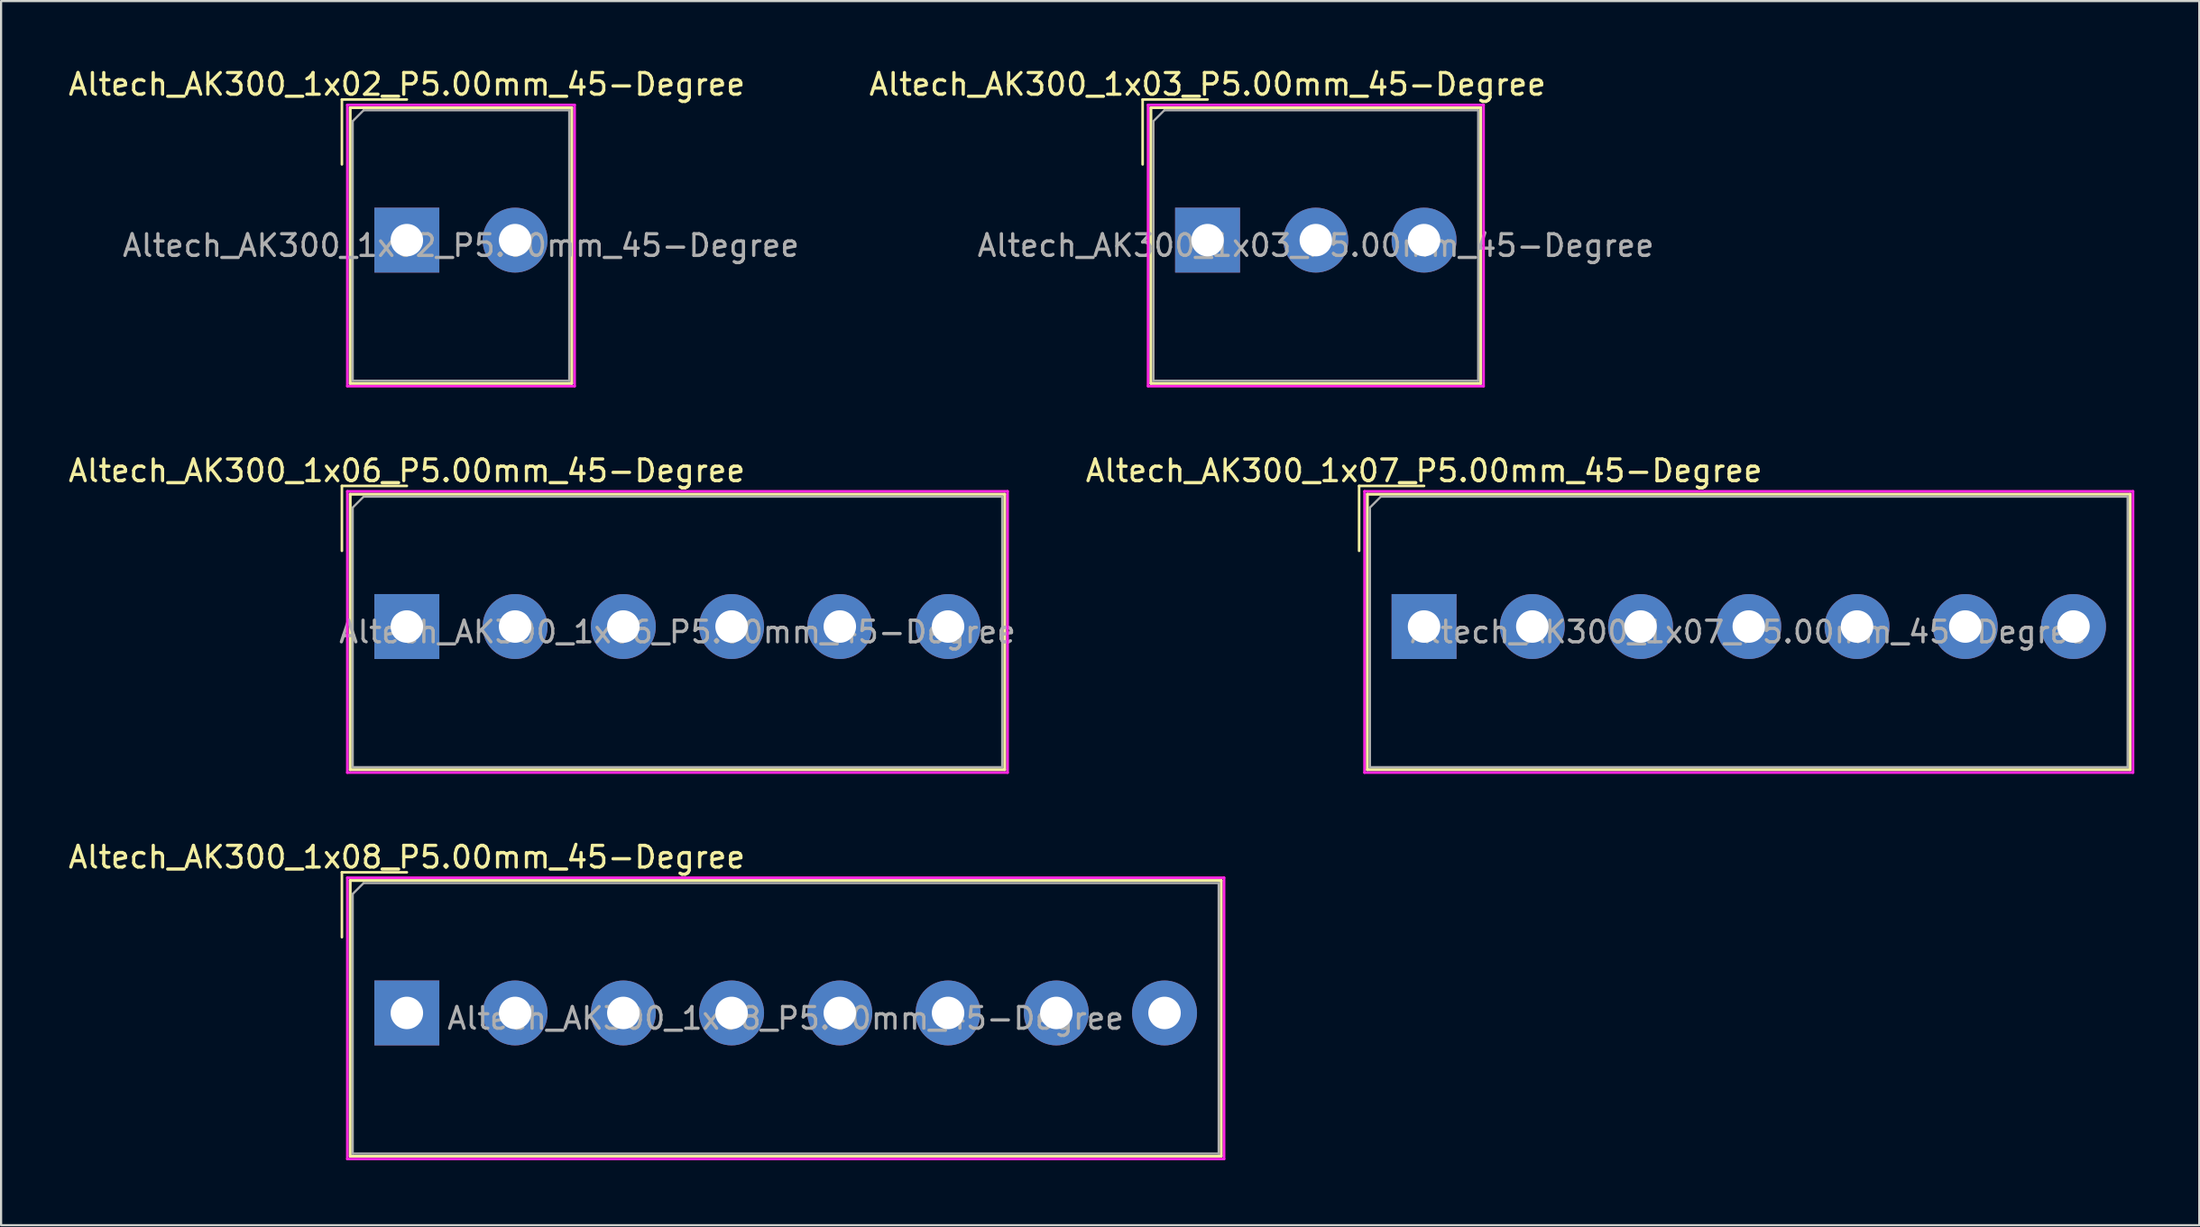
<source format=kicad_pcb>
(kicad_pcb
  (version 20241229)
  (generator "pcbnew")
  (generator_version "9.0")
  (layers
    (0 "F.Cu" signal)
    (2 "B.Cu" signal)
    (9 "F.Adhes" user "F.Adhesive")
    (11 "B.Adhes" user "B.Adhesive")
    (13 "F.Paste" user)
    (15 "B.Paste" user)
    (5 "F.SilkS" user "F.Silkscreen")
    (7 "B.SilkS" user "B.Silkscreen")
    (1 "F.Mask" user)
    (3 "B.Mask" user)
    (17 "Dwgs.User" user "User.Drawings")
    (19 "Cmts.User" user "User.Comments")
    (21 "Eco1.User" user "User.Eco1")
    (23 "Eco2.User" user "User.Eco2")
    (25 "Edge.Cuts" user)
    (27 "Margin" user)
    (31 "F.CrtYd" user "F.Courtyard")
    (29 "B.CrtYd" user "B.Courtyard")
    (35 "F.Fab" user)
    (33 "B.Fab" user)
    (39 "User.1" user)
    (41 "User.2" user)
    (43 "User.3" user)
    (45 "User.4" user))
  (footprint "Altech_AK300_1x08_P5.00mm_45-Degree"
    (layer "F.Cu")
    (at 15.744 43.765)
    (property "Reference" "Altech_AK300_1x08_P5.00mm_45-Degree" (at 0 -7.2 0) (layer "F.SilkS") (effects (font (size 1 1) (thickness 0.15))))
    (attr through_hole)
    (fp_line (start -3 -6.5) (end 0 -6.5) (stroke (width 0.12) (type solid)) (layer "F.SilkS"))
    (fp_line (start -3 -3.5) (end -3 -6.5) (stroke (width 0.12) (type solid)) (layer "F.SilkS"))
    (fp_line (start -2.62 -6.12) (end -2.62 6.62) (stroke (width 0.12) (type solid)) (layer "F.SilkS"))
    (fp_line (start -2.62 -6.12) (end -2.62 6.62) (stroke (width 0.12) (type solid)) (layer "F.SilkS"))
    (fp_line (start -2.62 -6.12) (end 37.62 -6.12) (stroke (width 0.12) (type solid)) (layer "F.SilkS"))
    (fp_line (start -2.62 -6.12) (end 37.62 -6.12) (stroke (width 0.12) (type solid)) (layer "F.SilkS"))
    (fp_line (start -2.62 6.62) (end 37.62 6.62) (stroke (width 0.12) (type solid)) (layer "F.SilkS"))
    (fp_line (start -2.62 6.62) (end 37.62 6.62) (stroke (width 0.12) (type solid)) (layer "F.SilkS"))
    (fp_line (start 37.62 -6.12) (end 37.62 6.62) (stroke (width 0.12) (type solid)) (layer "F.SilkS"))
    (fp_line (start 37.62 -6.12) (end 37.62 6.62) (stroke (width 0.12) (type solid)) (layer "F.SilkS"))
    (fp_line (start -2.75 -6.25) (end -2.75 6.75) (stroke (width 0.12) (type solid)) (layer "F.CrtYd"))
    (fp_line (start -2.75 -6.25) (end 37.75 -6.25) (stroke (width 0.12) (type solid)) (layer "F.CrtYd"))
    (fp_line (start -2.75 6.75) (end 37.75 6.75) (stroke (width 0.12) (type solid)) (layer "F.CrtYd"))
    (fp_line (start 37.75 -6.25) (end 37.75 6.75) (stroke (width 0.12) (type solid)) (layer "F.CrtYd"))
    (fp_line (start -2.5 -5.5) (end -2 -6) (stroke (width 0.1) (type solid)) (layer "F.Fab"))
    (fp_line (start -2.5 6.5) (end -2.5 -5.5) (stroke (width 0.1) (type solid)) (layer "F.Fab"))
    (fp_line (start -2 -6) (end 37.5 -6) (stroke (width 0.1) (type solid)) (layer "F.Fab"))
    (fp_line (start 37.5 -6) (end 37.5 6.5) (stroke (width 0.1) (type solid)) (layer "F.Fab"))
    (fp_line (start 37.5 6.5) (end -2.5 6.5) (stroke (width 0.1) (type solid)) (layer "F.Fab"))
    (fp_text user "${REFERENCE}" (at 17.5 0.25 0) (layer "F.Fab") (effects (font (size 1 1) (thickness 0.15))))
    (pad "1" thru_hole rect (at 0 0) (size 3 3) (drill 1.5) (layers "*.Cu" "*.Mask"))
    (pad "2" thru_hole circle (at 5 0) (size 3 3) (drill 1.5) (layers "*.Cu" "*.Mask"))
    (pad "3" thru_hole circle (at 10 0) (size 3 3) (drill 1.5) (layers "*.Cu" "*.Mask"))
    (pad "4" thru_hole circle (at 15 0) (size 3 3) (drill 1.5) (layers "*.Cu" "*.Mask"))
    (pad "5" thru_hole circle (at 20 0) (size 3 3) (drill 1.5) (layers "*.Cu" "*.Mask"))
    (pad "6" thru_hole circle (at 25 0) (size 3 3) (drill 1.5) (layers "*.Cu" "*.Mask"))
    (pad "7" thru_hole circle (at 30 0) (size 3 3) (drill 1.5) (layers "*.Cu" "*.Mask"))
    (pad "8" thru_hole circle (at 35 0) (size 3 3) (drill 1.5) (layers "*.Cu" "*.Mask")))
  (footprint "Altech_AK300_1x02_P5.00mm_45-Degree"
    (layer "F.Cu")
    (at 15.744 8.048)
    (property "Reference" "Altech_AK300_1x02_P5.00mm_45-Degree" (at 0 -7.2 0) (layer "F.SilkS") (effects (font (size 1 1) (thickness 0.15))))
    (attr through_hole)
    (fp_line (start -3 -6.5) (end 0 -6.5) (stroke (width 0.12) (type solid)) (layer "F.SilkS"))
    (fp_line (start -3 -3.5) (end -3 -6.5) (stroke (width 0.12) (type solid)) (layer "F.SilkS"))
    (fp_line (start -2.62 -6.12) (end -2.62 6.62) (stroke (width 0.12) (type solid)) (layer "F.SilkS"))
    (fp_line (start -2.62 -6.12) (end -2.62 6.62) (stroke (width 0.12) (type solid)) (layer "F.SilkS"))
    (fp_line (start -2.62 -6.12) (end 7.62 -6.12) (stroke (width 0.12) (type solid)) (layer "F.SilkS"))
    (fp_line (start -2.62 -6.12) (end 7.62 -6.12) (stroke (width 0.12) (type solid)) (layer "F.SilkS"))
    (fp_line (start -2.62 6.62) (end 7.62 6.62) (stroke (width 0.12) (type solid)) (layer "F.SilkS"))
    (fp_line (start -2.62 6.62) (end 7.62 6.62) (stroke (width 0.12) (type solid)) (layer "F.SilkS"))
    (fp_line (start 7.62 -6.12) (end 7.62 6.62) (stroke (width 0.12) (type solid)) (layer "F.SilkS"))
    (fp_line (start 7.62 -6.12) (end 7.62 6.62) (stroke (width 0.12) (type solid)) (layer "F.SilkS"))
    (fp_line (start -2.75 -6.25) (end -2.75 6.75) (stroke (width 0.12) (type solid)) (layer "F.CrtYd"))
    (fp_line (start -2.75 -6.25) (end 7.75 -6.25) (stroke (width 0.12) (type solid)) (layer "F.CrtYd"))
    (fp_line (start -2.75 6.75) (end 7.75 6.75) (stroke (width 0.12) (type solid)) (layer "F.CrtYd"))
    (fp_line (start 7.75 -6.25) (end 7.75 6.75) (stroke (width 0.12) (type solid)) (layer "F.CrtYd"))
    (fp_line (start -2.5 -5.5) (end -2 -6) (stroke (width 0.1) (type solid)) (layer "F.Fab"))
    (fp_line (start -2.5 6.5) (end -2.5 -5.5) (stroke (width 0.1) (type solid)) (layer "F.Fab"))
    (fp_line (start -2 -6) (end 7.5 -6) (stroke (width 0.1) (type solid)) (layer "F.Fab"))
    (fp_line (start 7.5 -6) (end 7.5 6.5) (stroke (width 0.1) (type solid)) (layer "F.Fab"))
    (fp_line (start 7.5 6.5) (end -2.5 6.5) (stroke (width 0.1) (type solid)) (layer "F.Fab"))
    (fp_text user "${REFERENCE}" (at 2.5 0.25 0) (layer "F.Fab") (effects (font (size 1 1) (thickness 0.15))))
    (pad "1" thru_hole rect (at 0 0) (size 3 3) (drill 1.5) (layers "*.Cu" "*.Mask"))
    (pad "2" thru_hole circle (at 5 0) (size 3 3) (drill 1.5) (layers "*.Cu" "*.Mask")))
  (footprint "Altech_AK300_1x07_P5.00mm_45-Degree"
    (layer "F.Cu")
    (at 62.732 25.907)
    (property "Reference" "Altech_AK300_1x07_P5.00mm_45-Degree" (at 0 -7.2 0) (layer "F.SilkS") (effects (font (size 1 1) (thickness 0.15))))
    (attr through_hole)
    (fp_line (start -3 -6.5) (end 0 -6.5) (stroke (width 0.12) (type solid)) (layer "F.SilkS"))
    (fp_line (start -3 -3.5) (end -3 -6.5) (stroke (width 0.12) (type solid)) (layer "F.SilkS"))
    (fp_line (start -2.62 -6.12) (end -2.62 6.62) (stroke (width 0.12) (type solid)) (layer "F.SilkS"))
    (fp_line (start -2.62 -6.12) (end -2.62 6.62) (stroke (width 0.12) (type solid)) (layer "F.SilkS"))
    (fp_line (start -2.62 -6.12) (end 32.62 -6.12) (stroke (width 0.12) (type solid)) (layer "F.SilkS"))
    (fp_line (start -2.62 -6.12) (end 32.62 -6.12) (stroke (width 0.12) (type solid)) (layer "F.SilkS"))
    (fp_line (start -2.62 6.62) (end 32.62 6.62) (stroke (width 0.12) (type solid)) (layer "F.SilkS"))
    (fp_line (start -2.62 6.62) (end 32.62 6.62) (stroke (width 0.12) (type solid)) (layer "F.SilkS"))
    (fp_line (start 32.62 -6.12) (end 32.62 6.62) (stroke (width 0.12) (type solid)) (layer "F.SilkS"))
    (fp_line (start 32.62 -6.12) (end 32.62 6.62) (stroke (width 0.12) (type solid)) (layer "F.SilkS"))
    (fp_line (start -2.75 -6.25) (end -2.75 6.75) (stroke (width 0.12) (type solid)) (layer "F.CrtYd"))
    (fp_line (start -2.75 -6.25) (end 32.75 -6.25) (stroke (width 0.12) (type solid)) (layer "F.CrtYd"))
    (fp_line (start -2.75 6.75) (end 32.75 6.75) (stroke (width 0.12) (type solid)) (layer "F.CrtYd"))
    (fp_line (start 32.75 -6.25) (end 32.75 6.75) (stroke (width 0.12) (type solid)) (layer "F.CrtYd"))
    (fp_line (start -2.5 -5.5) (end -2 -6) (stroke (width 0.1) (type solid)) (layer "F.Fab"))
    (fp_line (start -2.5 6.5) (end -2.5 -5.5) (stroke (width 0.1) (type solid)) (layer "F.Fab"))
    (fp_line (start -2 -6) (end 32.5 -6) (stroke (width 0.1) (type solid)) (layer "F.Fab"))
    (fp_line (start 32.5 -6) (end 32.5 6.5) (stroke (width 0.1) (type solid)) (layer "F.Fab"))
    (fp_line (start 32.5 6.5) (end -2.5 6.5) (stroke (width 0.1) (type solid)) (layer "F.Fab"))
    (fp_text user "${REFERENCE}" (at 15 0.25 0) (layer "F.Fab") (effects (font (size 1 1) (thickness 0.15))))
    (pad "1" thru_hole rect (at 0 0) (size 3 3) (drill 1.5) (layers "*.Cu" "*.Mask"))
    (pad "2" thru_hole circle (at 5 0) (size 3 3) (drill 1.5) (layers "*.Cu" "*.Mask"))
    (pad "3" thru_hole circle (at 10 0) (size 3 3) (drill 1.5) (layers "*.Cu" "*.Mask"))
    (pad "4" thru_hole circle (at 15 0) (size 3 3) (drill 1.5) (layers "*.Cu" "*.Mask"))
    (pad "5" thru_hole circle (at 20 0) (size 3 3) (drill 1.5) (layers "*.Cu" "*.Mask"))
    (pad "6" thru_hole circle (at 25 0) (size 3 3) (drill 1.5) (layers "*.Cu" "*.Mask"))
    (pad "7" thru_hole circle (at 30 0) (size 3 3) (drill 1.5) (layers "*.Cu" "*.Mask")))
  (footprint "Altech_AK300_1x03_P5.00mm_45-Degree"
    (layer "F.Cu")
    (at 52.732 8.048)
    (property "Reference" "Altech_AK300_1x03_P5.00mm_45-Degree" (at 0 -7.2 0) (layer "F.SilkS") (effects (font (size 1 1) (thickness 0.15))))
    (attr through_hole)
    (fp_line (start -3 -6.5) (end 0 -6.5) (stroke (width 0.12) (type solid)) (layer "F.SilkS"))
    (fp_line (start -3 -3.5) (end -3 -6.5) (stroke (width 0.12) (type solid)) (layer "F.SilkS"))
    (fp_line (start -2.62 -6.12) (end -2.62 6.62) (stroke (width 0.12) (type solid)) (layer "F.SilkS"))
    (fp_line (start -2.62 -6.12) (end -2.62 6.62) (stroke (width 0.12) (type solid)) (layer "F.SilkS"))
    (fp_line (start -2.62 -6.12) (end 12.62 -6.12) (stroke (width 0.12) (type solid)) (layer "F.SilkS"))
    (fp_line (start -2.62 -6.12) (end 12.62 -6.12) (stroke (width 0.12) (type solid)) (layer "F.SilkS"))
    (fp_line (start -2.62 6.62) (end 12.62 6.62) (stroke (width 0.12) (type solid)) (layer "F.SilkS"))
    (fp_line (start -2.62 6.62) (end 12.62 6.62) (stroke (width 0.12) (type solid)) (layer "F.SilkS"))
    (fp_line (start 12.62 -6.12) (end 12.62 6.62) (stroke (width 0.12) (type solid)) (layer "F.SilkS"))
    (fp_line (start 12.62 -6.12) (end 12.62 6.62) (stroke (width 0.12) (type solid)) (layer "F.SilkS"))
    (fp_line (start -2.75 -6.25) (end -2.75 6.75) (stroke (width 0.12) (type solid)) (layer "F.CrtYd"))
    (fp_line (start -2.75 -6.25) (end 12.75 -6.25) (stroke (width 0.12) (type solid)) (layer "F.CrtYd"))
    (fp_line (start -2.75 6.75) (end 12.75 6.75) (stroke (width 0.12) (type solid)) (layer "F.CrtYd"))
    (fp_line (start 12.75 -6.25) (end 12.75 6.75) (stroke (width 0.12) (type solid)) (layer "F.CrtYd"))
    (fp_line (start -2.5 -5.5) (end -2 -6) (stroke (width 0.1) (type solid)) (layer "F.Fab"))
    (fp_line (start -2.5 6.5) (end -2.5 -5.5) (stroke (width 0.1) (type solid)) (layer "F.Fab"))
    (fp_line (start -2 -6) (end 12.5 -6) (stroke (width 0.1) (type solid)) (layer "F.Fab"))
    (fp_line (start 12.5 -6) (end 12.5 6.5) (stroke (width 0.1) (type solid)) (layer "F.Fab"))
    (fp_line (start 12.5 6.5) (end -2.5 6.5) (stroke (width 0.1) (type solid)) (layer "F.Fab"))
    (fp_text user "${REFERENCE}" (at 5 0.25 0) (layer "F.Fab") (effects (font (size 1 1) (thickness 0.15))))
    (pad "1" thru_hole rect (at 0 0) (size 3 3) (drill 1.5) (layers "*.Cu" "*.Mask"))
    (pad "2" thru_hole circle (at 5 0) (size 3 3) (drill 1.5) (layers "*.Cu" "*.Mask"))
    (pad "3" thru_hole circle (at 10 0) (size 3 3) (drill 1.5) (layers "*.Cu" "*.Mask")))
  (footprint "Altech_AK300_1x06_P5.00mm_45-Degree"
    (layer "F.Cu")
    (at 15.744 25.907)
    (property "Reference" "Altech_AK300_1x06_P5.00mm_45-Degree" (at 0 -7.2 0) (layer "F.SilkS") (effects (font (size 1 1) (thickness 0.15))))
    (attr through_hole)
    (fp_line (start -3 -6.5) (end 0 -6.5) (stroke (width 0.12) (type solid)) (layer "F.SilkS"))
    (fp_line (start -3 -3.5) (end -3 -6.5) (stroke (width 0.12) (type solid)) (layer "F.SilkS"))
    (fp_line (start -2.62 -6.12) (end -2.62 6.62) (stroke (width 0.12) (type solid)) (layer "F.SilkS"))
    (fp_line (start -2.62 -6.12) (end -2.62 6.62) (stroke (width 0.12) (type solid)) (layer "F.SilkS"))
    (fp_line (start -2.62 -6.12) (end 27.62 -6.12) (stroke (width 0.12) (type solid)) (layer "F.SilkS"))
    (fp_line (start -2.62 -6.12) (end 27.62 -6.12) (stroke (width 0.12) (type solid)) (layer "F.SilkS"))
    (fp_line (start -2.62 6.62) (end 27.62 6.62) (stroke (width 0.12) (type solid)) (layer "F.SilkS"))
    (fp_line (start -2.62 6.62) (end 27.62 6.62) (stroke (width 0.12) (type solid)) (layer "F.SilkS"))
    (fp_line (start 27.62 -6.12) (end 27.62 6.62) (stroke (width 0.12) (type solid)) (layer "F.SilkS"))
    (fp_line (start 27.62 -6.12) (end 27.62 6.62) (stroke (width 0.12) (type solid)) (layer "F.SilkS"))
    (fp_line (start -2.75 -6.25) (end -2.75 6.75) (stroke (width 0.12) (type solid)) (layer "F.CrtYd"))
    (fp_line (start -2.75 -6.25) (end 27.75 -6.25) (stroke (width 0.12) (type solid)) (layer "F.CrtYd"))
    (fp_line (start -2.75 6.75) (end 27.75 6.75) (stroke (width 0.12) (type solid)) (layer "F.CrtYd"))
    (fp_line (start 27.75 -6.25) (end 27.75 6.75) (stroke (width 0.12) (type solid)) (layer "F.CrtYd"))
    (fp_line (start -2.5 -5.5) (end -2 -6) (stroke (width 0.1) (type solid)) (layer "F.Fab"))
    (fp_line (start -2.5 6.5) (end -2.5 -5.5) (stroke (width 0.1) (type solid)) (layer "F.Fab"))
    (fp_line (start -2 -6) (end 27.5 -6) (stroke (width 0.1) (type solid)) (layer "F.Fab"))
    (fp_line (start 27.5 -6) (end 27.5 6.5) (stroke (width 0.1) (type solid)) (layer "F.Fab"))
    (fp_line (start 27.5 6.5) (end -2.5 6.5) (stroke (width 0.1) (type solid)) (layer "F.Fab"))
    (fp_text user "${REFERENCE}" (at 12.5 0.25 0) (layer "F.Fab") (effects (font (size 1 1) (thickness 0.15))))
    (pad "1" thru_hole rect (at 0 0) (size 3 3) (drill 1.5) (layers "*.Cu" "*.Mask"))
    (pad "2" thru_hole circle (at 5 0) (size 3 3) (drill 1.5) (layers "*.Cu" "*.Mask"))
    (pad "3" thru_hole circle (at 10 0) (size 3 3) (drill 1.5) (layers "*.Cu" "*.Mask"))
    (pad "4" thru_hole circle (at 15 0) (size 3 3) (drill 1.5) (layers "*.Cu" "*.Mask"))
    (pad "5" thru_hole circle (at 20 0) (size 3 3) (drill 1.5) (layers "*.Cu" "*.Mask"))
    (pad "6" thru_hole circle (at 25 0) (size 3 3) (drill 1.5) (layers "*.Cu" "*.Mask")))
  (gr_rect
    (start -3 -3)
    (end 98.542 53.575)
    (stroke (width 0.1) (type default))
    (fill no)
    (layer "Edge.Cuts")))
</source>
